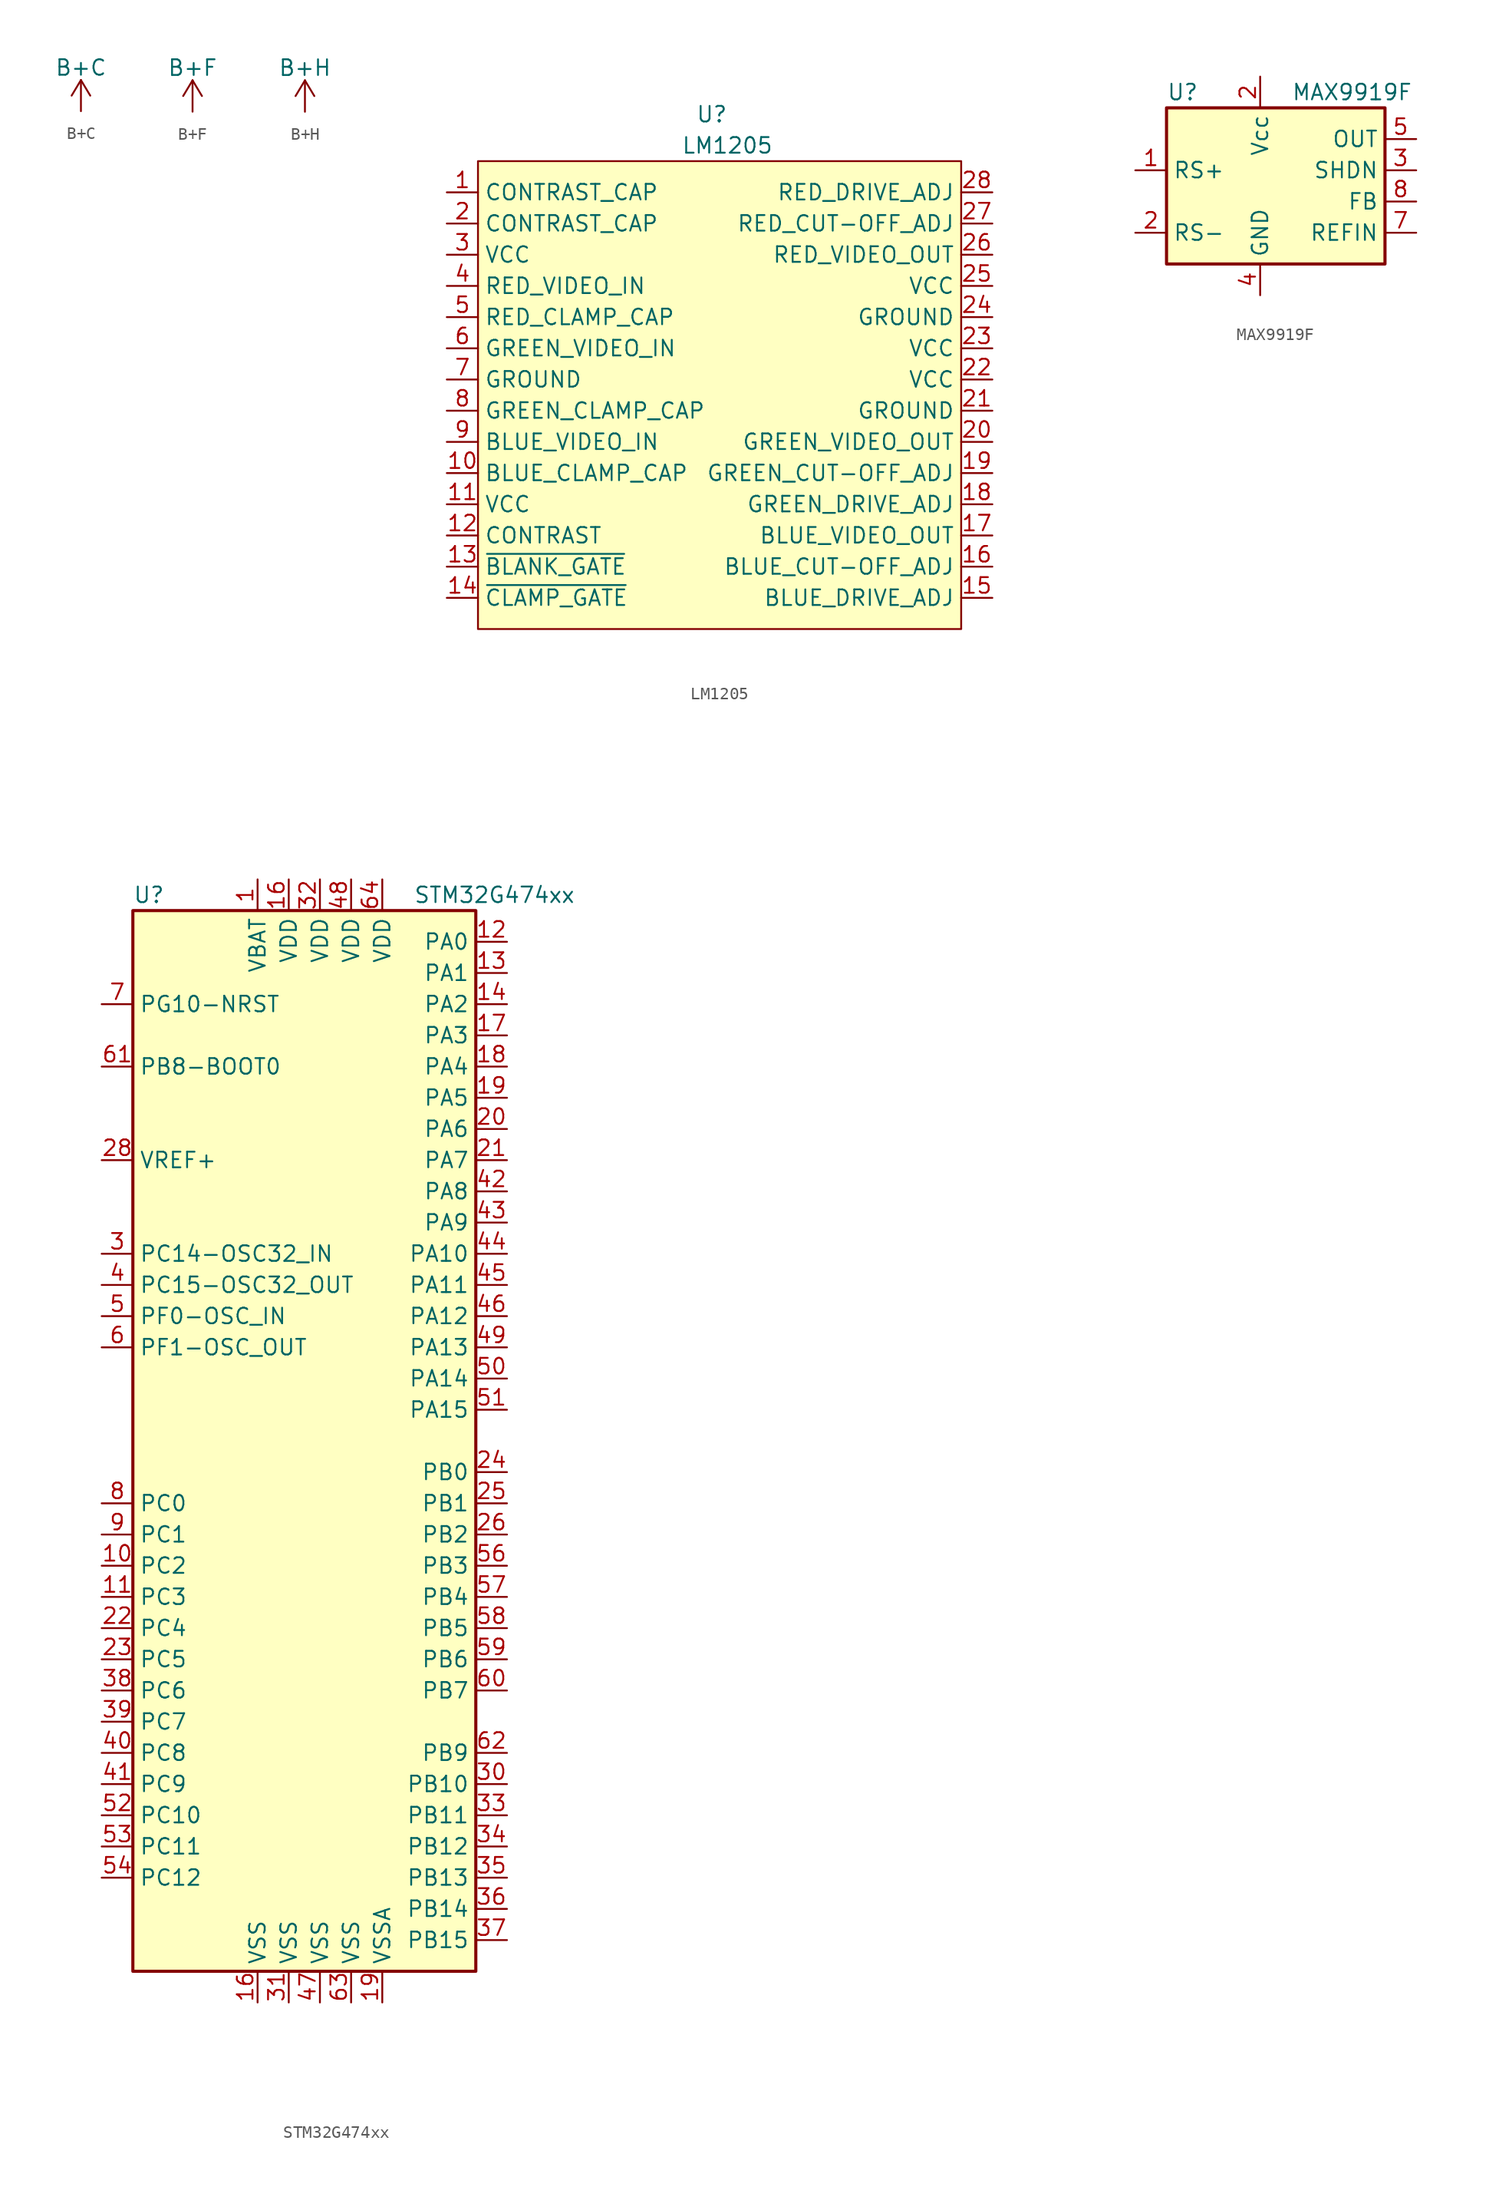
<source format=kicad_sym>
(kicad_symbol_lib
  (version 20220914)
  (generator kicad_symbol_editor)
  (symbol "B+C"
    (power)
    (pin_names
      (offset 0))
    (property "Reference" "#PWR"
      (at 0 -3.81 0)
      (effects (font (size 1.27 1.27)) hide))
    (property "Value" "B+C"
      (at 0 3.556 0)
      (effects (font (size 1.27 1.27))))
    (symbol "B+C_0_1"
      (polyline (pts (xy -0.762 1.27) (xy 0 2.54)) (stroke (width 0) (type default)) (fill (type none)))
      (polyline (pts (xy 0 0) (xy 0 2.54)) (stroke (width 0) (type default)) (fill (type none)))
      (polyline (pts (xy 0 2.54) (xy 0.762 1.27)) (stroke (width 0) (type default)) (fill (type none))))
    (symbol "B+C_1_1"
      (pin power_in line (at 0 0 90) (length 0) hide (name "+3.3V" (effects (font (size 1.27 1.27)))) (number "1" (effects (font (size 1.27 1.27)))))))
  (symbol "B+F"
    (power)
    (pin_names
      (offset 0))
    (property "Reference" "#PWR"
      (at 0 -3.81 0)
      (effects (font (size 1.27 1.27)) hide))
    (property "Value" "B+F"
      (at 0 3.556 0)
      (effects (font (size 1.27 1.27))))
    (symbol "B+F_0_1"
      (polyline (pts (xy -0.762 1.27) (xy 0 2.54)) (stroke (width 0) (type default)) (fill (type none)))
      (polyline (pts (xy 0 0) (xy 0 2.54)) (stroke (width 0) (type default)) (fill (type none)))
      (polyline (pts (xy 0 2.54) (xy 0.762 1.27)) (stroke (width 0) (type default)) (fill (type none))))
    (symbol "B+F_1_1"
      (pin power_in line (at 0 0 90) (length 0) hide (name "+3.3V" (effects (font (size 1.27 1.27)))) (number "1" (effects (font (size 1.27 1.27)))))))
  (symbol "B+H"
    (power)
    (pin_names
      (offset 0))
    (property "Reference" "#PWR"
      (at 0 -3.81 0)
      (effects (font (size 1.27 1.27)) hide))
    (property "Value" "B+H"
      (at 0 3.556 0)
      (effects (font (size 1.27 1.27))))
    (symbol "B+H_0_1"
      (polyline (pts (xy -0.762 1.27) (xy 0 2.54)) (stroke (width 0) (type default)) (fill (type none)))
      (polyline (pts (xy 0 0) (xy 0 2.54)) (stroke (width 0) (type default)) (fill (type none)))
      (polyline (pts (xy 0 2.54) (xy 0.762 1.27)) (stroke (width 0) (type default)) (fill (type none))))
    (symbol "B+H_1_1"
      (pin power_in line (at 0 0 90) (length 0) hide (name "+3.3V" (effects (font (size 1.27 1.27)))) (number "1" (effects (font (size 1.27 1.27)))))))
  (symbol "LM1205"
    (property "Reference" "U"
      (at 19.05 3.81 0)
      (effects (font (size 1.27 1.27))))
    (property "Value" "LM1205"
      (at 20.32 1.27 0)
      (effects (font (size 1.27 1.27))))
    (symbol "LM1205_0_1"
      (rectangle (start 0 0) (end 39.37 -38.1) (stroke (width 0) (type default)) (fill (type background))))
    (symbol "LM1205_1_1"
      (pin bidirectional line (at -2.54 -2.54 0) (length 2.54) (name "CONTRAST_CAP" (effects (font (size 1.27 1.27)))) (number "1" (effects (font (size 1.27 1.27)))))
      (pin bidirectional line (at -2.54 -25.4 0) (length 2.54) (name "BLUE_CLAMP_CAP" (effects (font (size 1.27 1.27)))) (number "10" (effects (font (size 1.27 1.27)))))
      (pin power_in line (at -2.54 -27.94 0) (length 2.54) (name "VCC" (effects (font (size 1.27 1.27)))) (number "11" (effects (font (size 1.27 1.27)))))
      (pin input line (at -2.54 -30.48 0) (length 2.54) (name "CONTRAST" (effects (font (size 1.27 1.27)))) (number "12" (effects (font (size 1.27 1.27)))))
      (pin input line (at -2.54 -33.02 0) (length 2.54) (name "~{BLANK_GATE}" (effects (font (size 1.27 1.27)))) (number "13" (effects (font (size 1.27 1.27)))))
      (pin input line (at -2.54 -35.56 0) (length 2.54) (name "~{CLAMP_GATE}" (effects (font (size 1.27 1.27)))) (number "14" (effects (font (size 1.27 1.27)))))
      (pin input line (at 41.91 -35.56 180) (length 2.54) (name "BLUE_DRIVE_ADJ" (effects (font (size 1.27 1.27)))) (number "15" (effects (font (size 1.27 1.27)))))
      (pin input line (at 41.91 -33.02 180) (length 2.54) (name "BLUE_CUT-OFF_ADJ" (effects (font (size 1.27 1.27)))) (number "16" (effects (font (size 1.27 1.27)))))
      (pin output line (at 41.91 -30.48 180) (length 2.54) (name "BLUE_VIDEO_OUT" (effects (font (size 1.27 1.27)))) (number "17" (effects (font (size 1.27 1.27)))))
      (pin input line (at 41.91 -27.94 180) (length 2.54) (name "GREEN_DRIVE_ADJ" (effects (font (size 1.27 1.27)))) (number "18" (effects (font (size 1.27 1.27)))))
      (pin input line (at 41.91 -25.4 180) (length 2.54) (name "GREEN_CUT-OFF_ADJ" (effects (font (size 1.27 1.27)))) (number "19" (effects (font (size 1.27 1.27)))))
      (pin bidirectional line (at -2.54 -5.08 0) (length 2.54) (name "CONTRAST_CAP" (effects (font (size 1.27 1.27)))) (number "2" (effects (font (size 1.27 1.27)))))
      (pin output line (at 41.91 -22.86 180) (length 2.54) (name "GREEN_VIDEO_OUT" (effects (font (size 1.27 1.27)))) (number "20" (effects (font (size 1.27 1.27)))))
      (pin power_in line (at 41.91 -20.32 180) (length 2.54) (name "GROUND" (effects (font (size 1.27 1.27)))) (number "21" (effects (font (size 1.27 1.27)))))
      (pin power_in line (at 41.91 -17.78 180) (length 2.54) (name "VCC" (effects (font (size 1.27 1.27)))) (number "22" (effects (font (size 1.27 1.27)))))
      (pin power_in line (at 41.91 -15.24 180) (length 2.54) (name "VCC" (effects (font (size 1.27 1.27)))) (number "23" (effects (font (size 1.27 1.27)))))
      (pin power_in line (at 41.91 -12.7 180) (length 2.54) (name "GROUND" (effects (font (size 1.27 1.27)))) (number "24" (effects (font (size 1.27 1.27)))))
      (pin power_in line (at 41.91 -10.16 180) (length 2.54) (name "VCC" (effects (font (size 1.27 1.27)))) (number "25" (effects (font (size 1.27 1.27)))))
      (pin output line (at 41.91 -7.62 180) (length 2.54) (name "RED_VIDEO_OUT" (effects (font (size 1.27 1.27)))) (number "26" (effects (font (size 1.27 1.27)))))
      (pin input line (at 41.91 -5.08 180) (length 2.54) (name "RED_CUT-OFF_ADJ" (effects (font (size 1.27 1.27)))) (number "27" (effects (font (size 1.27 1.27)))))
      (pin input line (at 41.91 -2.54 180) (length 2.54) (name "RED_DRIVE_ADJ" (effects (font (size 1.27 1.27)))) (number "28" (effects (font (size 1.27 1.27)))))
      (pin power_in line (at -2.54 -7.62 0) (length 2.54) (name "VCC" (effects (font (size 1.27 1.27)))) (number "3" (effects (font (size 1.27 1.27)))))
      (pin input line (at -2.54 -10.16 0) (length 2.54) (name "RED_VIDEO_IN" (effects (font (size 1.27 1.27)))) (number "4" (effects (font (size 1.27 1.27)))))
      (pin bidirectional line (at -2.54 -12.7 0) (length 2.54) (name "RED_CLAMP_CAP" (effects (font (size 1.27 1.27)))) (number "5" (effects (font (size 1.27 1.27)))))
      (pin input line (at -2.54 -15.24 0) (length 2.54) (name "GREEN_VIDEO_IN" (effects (font (size 1.27 1.27)))) (number "6" (effects (font (size 1.27 1.27)))))
      (pin power_in line (at -2.54 -17.78 0) (length 2.54) (name "GROUND" (effects (font (size 1.27 1.27)))) (number "7" (effects (font (size 1.27 1.27)))))
      (pin bidirectional line (at -2.54 -20.32 0) (length 2.54) (name "GREEN_CLAMP_CAP" (effects (font (size 1.27 1.27)))) (number "8" (effects (font (size 1.27 1.27)))))
      (pin input line (at -2.54 -22.86 0) (length 2.54) (name "BLUE_VIDEO_IN" (effects (font (size 1.27 1.27)))) (number "9" (effects (font (size 1.27 1.27)))))))
  (symbol "MAX9919F"
    (property "Reference" "U"
      (at -7.62 8.89 0)
      (effects (font (size 1.27 1.27)) (justify left)))
    (property "Value" "MAX9919F"
      (at 2.54 8.89 0)
      (effects (font (size 1.27 1.27)) (justify left)))
    (symbol "MAX9919F_0_1"
      (rectangle (start -7.62 7.62) (end 10.16 -5.08) (stroke (width 0.254) (type default)) (fill (type background))))
    (symbol "MAX9919F_1_1"
      (pin input line (at -10.16 2.54 0) (length 2.54) (name "RS+" (effects (font (size 1.27 1.27)))) (number "1" (effects (font (size 1.27 1.27)))))
      (pin input line (at -10.16 -2.54 0) (length 2.54) (name "RS-" (effects (font (size 1.27 1.27)))) (number "2" (effects (font (size 1.27 1.27)))))
      (pin power_in line (at 0 10.16 270) (length 2.54) (name "Vcc" (effects (font (size 1.27 1.27)))) (number "2" (effects (font (size 1.27 1.27)))))
      (pin input line (at 12.7 2.54 180) (length 2.54) (name "SHDN" (effects (font (size 1.27 1.27)))) (number "3" (effects (font (size 1.27 1.27)))))
      (pin power_in line (at 0 -7.62 90) (length 2.54) (name "GND" (effects (font (size 1.27 1.27)))) (number "4" (effects (font (size 1.27 1.27)))))
      (pin input line (at 12.7 5.08 180) (length 2.54) (name "OUT" (effects (font (size 1.27 1.27)))) (number "5" (effects (font (size 1.27 1.27)))))
      (pin input line (at 12.7 -2.54 180) (length 2.54) (name "REFIN" (effects (font (size 1.27 1.27)))) (number "7" (effects (font (size 1.27 1.27)))))
      (pin input line (at 12.7 0 180) (length 2.54) (name "FB" (effects (font (size 1.27 1.27)))) (number "8" (effects (font (size 1.27 1.27)))))))
  (symbol "STM32G474xx"
    (property "Reference" "U"
      (at -15.24 44.45 0)
      (effects (font (size 1.27 1.27)) (justify left)))
    (property "Value" "STM32G474xx"
      (at 7.62 44.45 0)
      (effects (font (size 1.27 1.27)) (justify left)))
    (symbol "STM32G474xx_0_1"
      (rectangle (start -15.24 -43.18) (end 12.7 43.18) (stroke (width 0.254) (type default)) (fill (type background))))
    (symbol "STM32G474xx_1_1"
      (pin power_in line (at -5.08 45.72 270) (length 2.54) (name "VBAT" (effects (font (size 1.27 1.27)))) (number "1" (effects (font (size 1.27 1.27)))))
      (pin bidirectional line (at -17.78 -10.16 0) (length 2.54) (name "PC2" (effects (font (size 1.27 1.27)))) (number "10" (effects (font (size 1.27 1.27)))))
      (pin bidirectional line (at -17.78 -12.7 0) (length 2.54) (name "PC3" (effects (font (size 1.27 1.27)))) (number "11" (effects (font (size 1.27 1.27)))))
      (pin bidirectional line (at 15.24 40.64 180) (length 2.54) (name "PA0" (effects (font (size 1.27 1.27)))) (number "12" (effects (font (size 1.27 1.27)))))
      (pin bidirectional line (at 15.24 38.1 180) (length 2.54) (name "PA1" (effects (font (size 1.27 1.27)))) (number "13" (effects (font (size 1.27 1.27)))))
      (pin bidirectional line (at 15.24 35.56 180) (length 2.54) (name "PA2" (effects (font (size 1.27 1.27)))) (number "14" (effects (font (size 1.27 1.27)))))
      (pin power_in line (at -2.54 45.72 270) (length 2.54) (name "VDD" (effects (font (size 1.27 1.27)))) (number "16" (effects (font (size 1.27 1.27)))))
      (pin power_in line (at -5.08 -45.72 90) (length 2.54) (name "VSS" (effects (font (size 1.27 1.27)))) (number "16" (effects (font (size 1.27 1.27)))))
      (pin bidirectional line (at 15.24 33.02 180) (length 2.54) (name "PA3" (effects (font (size 1.27 1.27)))) (number "17" (effects (font (size 1.27 1.27)))))
      (pin bidirectional line (at 15.24 30.48 180) (length 2.54) (name "PA4" (effects (font (size 1.27 1.27)))) (number "18" (effects (font (size 1.27 1.27)))))
      (pin bidirectional line (at 15.24 27.94 180) (length 2.54) (name "PA5" (effects (font (size 1.27 1.27)))) (number "19" (effects (font (size 1.27 1.27)))))
      (pin power_in line (at 5.08 -45.72 90) (length 2.54) (name "VSSA" (effects (font (size 1.27 1.27)))) (number "19" (effects (font (size 1.27 1.27)))))
      (pin bidirectional line (at 15.24 25.4 180) (length 2.54) (name "PA6" (effects (font (size 1.27 1.27)))) (number "20" (effects (font (size 1.27 1.27)))))
      (pin bidirectional line (at 15.24 22.86 180) (length 2.54) (name "PA7" (effects (font (size 1.27 1.27)))) (number "21" (effects (font (size 1.27 1.27)))))
      (pin bidirectional line (at -17.78 -15.24 0) (length 2.54) (name "PC4" (effects (font (size 1.27 1.27)))) (number "22" (effects (font (size 1.27 1.27)))))
      (pin bidirectional line (at -17.78 -17.78 0) (length 2.54) (name "PC5" (effects (font (size 1.27 1.27)))) (number "23" (effects (font (size 1.27 1.27)))))
      (pin bidirectional line (at 15.24 -2.54 180) (length 2.54) (name "PB0" (effects (font (size 1.27 1.27)))) (number "24" (effects (font (size 1.27 1.27)))))
      (pin bidirectional line (at 15.24 -5.08 180) (length 2.54) (name "PB1" (effects (font (size 1.27 1.27)))) (number "25" (effects (font (size 1.27 1.27)))))
      (pin bidirectional line (at 15.24 -7.62 180) (length 2.54) (name "PB2" (effects (font (size 1.27 1.27)))) (number "26" (effects (font (size 1.27 1.27)))))
      (pin power_in line (at -17.78 22.86 0) (length 2.54) (name "VREF+" (effects (font (size 1.27 1.27)))) (number "28" (effects (font (size 1.27 1.27)))))
      (pin bidirectional line (at -17.78 15.24 0) (length 2.54) (name "PC14-OSC32_IN" (effects (font (size 1.27 1.27)))) (number "3" (effects (font (size 1.27 1.27)))))
      (pin bidirectional line (at 15.24 -27.94 180) (length 2.54) (name "PB10" (effects (font (size 1.27 1.27)))) (number "30" (effects (font (size 1.27 1.27)))))
      (pin power_in line (at -2.54 -45.72 90) (length 2.54) (name "VSS" (effects (font (size 1.27 1.27)))) (number "31" (effects (font (size 1.27 1.27)))))
      (pin power_in line (at 0 45.72 270) (length 2.54) (name "VDD" (effects (font (size 1.27 1.27)))) (number "32" (effects (font (size 1.27 1.27)))))
      (pin bidirectional line (at 15.24 -30.48 180) (length 2.54) (name "PB11" (effects (font (size 1.27 1.27)))) (number "33" (effects (font (size 1.27 1.27)))))
      (pin bidirectional line (at 15.24 -33.02 180) (length 2.54) (name "PB12" (effects (font (size 1.27 1.27)))) (number "34" (effects (font (size 1.27 1.27)))))
      (pin bidirectional line (at 15.24 -35.56 180) (length 2.54) (name "PB13" (effects (font (size 1.27 1.27)))) (number "35" (effects (font (size 1.27 1.27)))))
      (pin bidirectional line (at 15.24 -38.1 180) (length 2.54) (name "PB14" (effects (font (size 1.27 1.27)))) (number "36" (effects (font (size 1.27 1.27)))))
      (pin bidirectional line (at 15.24 -40.64 180) (length 2.54) (name "PB15" (effects (font (size 1.27 1.27)))) (number "37" (effects (font (size 1.27 1.27)))))
      (pin bidirectional line (at -17.78 -20.32 0) (length 2.54) (name "PC6" (effects (font (size 1.27 1.27)))) (number "38" (effects (font (size 1.27 1.27)))))
      (pin bidirectional line (at -17.78 -22.86 0) (length 2.54) (name "PC7" (effects (font (size 1.27 1.27)))) (number "39" (effects (font (size 1.27 1.27)))))
      (pin bidirectional line (at -17.78 12.7 0) (length 2.54) (name "PC15-OSC32_OUT" (effects (font (size 1.27 1.27)))) (number "4" (effects (font (size 1.27 1.27)))))
      (pin bidirectional line (at -17.78 -25.4 0) (length 2.54) (name "PC8" (effects (font (size 1.27 1.27)))) (number "40" (effects (font (size 1.27 1.27)))))
      (pin bidirectional line (at -17.78 -27.94 0) (length 2.54) (name "PC9" (effects (font (size 1.27 1.27)))) (number "41" (effects (font (size 1.27 1.27)))))
      (pin bidirectional line (at 15.24 20.32 180) (length 2.54) (name "PA8" (effects (font (size 1.27 1.27)))) (number "42" (effects (font (size 1.27 1.27)))))
      (pin bidirectional line (at 15.24 17.78 180) (length 2.54) (name "PA9" (effects (font (size 1.27 1.27)))) (number "43" (effects (font (size 1.27 1.27)))))
      (pin bidirectional line (at 15.24 15.24 180) (length 2.54) (name "PA10" (effects (font (size 1.27 1.27)))) (number "44" (effects (font (size 1.27 1.27)))))
      (pin bidirectional line (at 15.24 12.7 180) (length 2.54) (name "PA11" (effects (font (size 1.27 1.27)))) (number "45" (effects (font (size 1.27 1.27)))))
      (pin bidirectional line (at 15.24 10.16 180) (length 2.54) (name "PA12" (effects (font (size 1.27 1.27)))) (number "46" (effects (font (size 1.27 1.27)))))
      (pin power_in line (at 0 -45.72 90) (length 2.54) (name "VSS" (effects (font (size 1.27 1.27)))) (number "47" (effects (font (size 1.27 1.27)))))
      (pin power_in line (at 2.54 45.72 270) (length 2.54) (name "VDD" (effects (font (size 1.27 1.27)))) (number "48" (effects (font (size 1.27 1.27)))))
      (pin bidirectional line (at 15.24 7.62 180) (length 2.54) (name "PA13" (effects (font (size 1.27 1.27)))) (number "49" (effects (font (size 1.27 1.27)))))
      (pin bidirectional line (at -17.78 10.16 0) (length 2.54) (name "PF0-OSC_IN" (effects (font (size 1.27 1.27)))) (number "5" (effects (font (size 1.27 1.27)))))
      (pin bidirectional line (at 15.24 5.08 180) (length 2.54) (name "PA14" (effects (font (size 1.27 1.27)))) (number "50" (effects (font (size 1.27 1.27)))))
      (pin bidirectional line (at 15.24 2.54 180) (length 2.54) (name "PA15" (effects (font (size 1.27 1.27)))) (number "51" (effects (font (size 1.27 1.27)))))
      (pin bidirectional line (at -17.78 -30.48 0) (length 2.54) (name "PC10" (effects (font (size 1.27 1.27)))) (number "52" (effects (font (size 1.27 1.27)))))
      (pin bidirectional line (at -17.78 -33.02 0) (length 2.54) (name "PC11" (effects (font (size 1.27 1.27)))) (number "53" (effects (font (size 1.27 1.27)))))
      (pin bidirectional line (at -17.78 -35.56 0) (length 2.54) (name "PC12" (effects (font (size 1.27 1.27)))) (number "54" (effects (font (size 1.27 1.27)))))
      (pin bidirectional line (at 15.24 -10.16 180) (length 2.54) (name "PB3" (effects (font (size 1.27 1.27)))) (number "56" (effects (font (size 1.27 1.27)))))
      (pin bidirectional line (at 15.24 -12.7 180) (length 2.54) (name "PB4" (effects (font (size 1.27 1.27)))) (number "57" (effects (font (size 1.27 1.27)))))
      (pin bidirectional line (at 15.24 -15.24 180) (length 2.54) (name "PB5" (effects (font (size 1.27 1.27)))) (number "58" (effects (font (size 1.27 1.27)))))
      (pin bidirectional line (at 15.24 -17.78 180) (length 2.54) (name "PB6" (effects (font (size 1.27 1.27)))) (number "59" (effects (font (size 1.27 1.27)))))
      (pin bidirectional line (at -17.78 7.62 0) (length 2.54) (name "PF1-OSC_OUT" (effects (font (size 1.27 1.27)))) (number "6" (effects (font (size 1.27 1.27)))))
      (pin bidirectional line (at 15.24 -20.32 180) (length 2.54) (name "PB7" (effects (font (size 1.27 1.27)))) (number "60" (effects (font (size 1.27 1.27)))))
      (pin bidirectional line (at -17.78 30.48 0) (length 2.54) (name "PB8-BOOT0" (effects (font (size 1.27 1.27)))) (number "61" (effects (font (size 1.27 1.27)))))
      (pin bidirectional line (at 15.24 -25.4 180) (length 2.54) (name "PB9" (effects (font (size 1.27 1.27)))) (number "62" (effects (font (size 1.27 1.27)))))
      (pin power_in line (at 2.54 -45.72 90) (length 2.54) (name "VSS" (effects (font (size 1.27 1.27)))) (number "63" (effects (font (size 1.27 1.27)))))
      (pin power_in line (at 5.08 45.72 270) (length 2.54) (name "VDD" (effects (font (size 1.27 1.27)))) (number "64" (effects (font (size 1.27 1.27)))))
      (pin bidirectional line (at -17.78 35.56 0) (length 2.54) (name "PG10-NRST" (effects (font (size 1.27 1.27)))) (number "7" (effects (font (size 1.27 1.27)))))
      (pin bidirectional line (at -17.78 -5.08 0) (length 2.54) (name "PC0" (effects (font (size 1.27 1.27)))) (number "8" (effects (font (size 1.27 1.27)))))
      (pin bidirectional line (at -17.78 -7.62 0) (length 2.54) (name "PC1" (effects (font (size 1.27 1.27)))) (number "9" (effects (font (size 1.27 1.27))))))))
</source>
